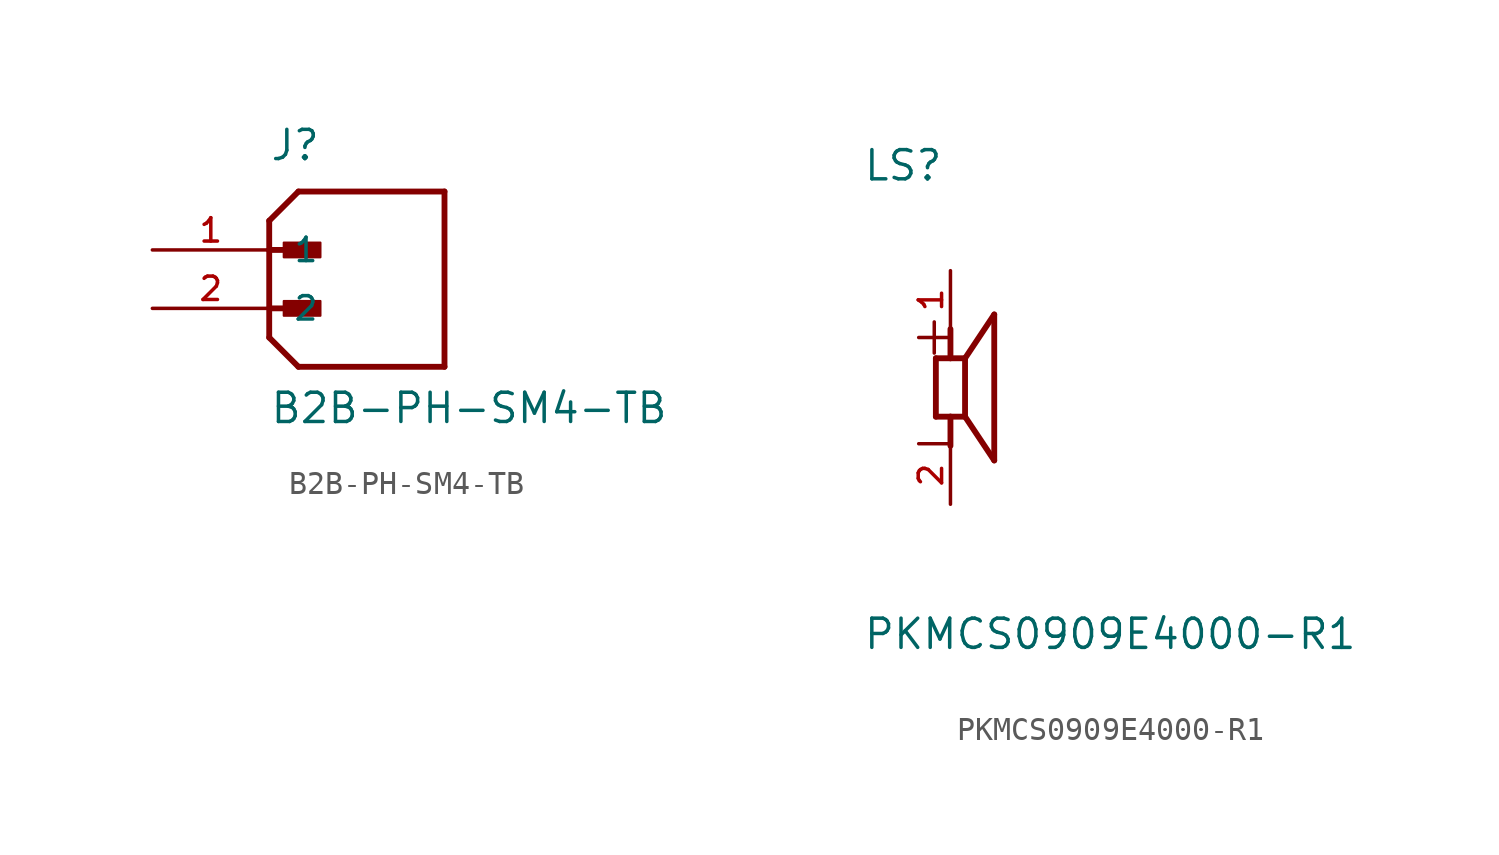
<source format=kicad_sym>
(kicad_symbol_lib
  (version 20220914)
  (generator kicad_symbol_editor)
  (symbol "B2B-PH-SM4-TB"
    (pin_names
      (offset 1.016))
    (property "Reference" "J"
      (at 0 6.35 0)
      (effects (font (size 1.27 1.27)) (justify left bottom)))
    (property "Value" "B2B-PH-SM4-TB"
      (at 0 -5.08 0)
      (effects (font (size 1.27 1.27)) (justify left bottom)))
    (symbol "B2B-PH-SM4-TB_0_0"
      (polyline (pts (xy 0 -1.27) (xy 1.27 -2.54)) (stroke (width 0.254) (type default)) (fill (type none)))
      (polyline (pts (xy 0 0) (xy 1.905 0)) (stroke (width 0.254) (type default)) (fill (type none)))
      (polyline (pts (xy 0 2.54) (xy 0 -1.27)) (stroke (width 0.254) (type default)) (fill (type none)))
      (polyline (pts (xy 0 2.54) (xy 1.905 2.54)) (stroke (width 0.254) (type default)) (fill (type none)))
      (polyline (pts (xy 0 3.81) (xy 0 2.54)) (stroke (width 0.254) (type default)) (fill (type none)))
      (polyline (pts (xy 0 3.81) (xy 1.27 5.08)) (stroke (width 0.254) (type default)) (fill (type none)))
      (polyline (pts (xy 1.27 -2.54) (xy 7.62 -2.54)) (stroke (width 0.254) (type default)) (fill (type none)))
      (polyline (pts (xy 7.62 -2.54) (xy 7.62 5.08)) (stroke (width 0.254) (type default)) (fill (type none)))
      (polyline (pts (xy 7.62 5.08) (xy 1.27 5.08)) (stroke (width 0.254) (type default)) (fill (type none)))
      (rectangle (start 0.635 -0.318) (end 2.223 0.318) (stroke (width 0.1) (type default)) (fill (type outline)))
      (rectangle (start 0.635 2.223) (end 2.223 2.857) (stroke (width 0.1) (type default)) (fill (type outline)))
      (pin passive line (at -5.08 2.54 0) (length 5.08) (name "1" (effects (font (size 1.016 1.016)))) (number "1" (effects (font (size 1.016 1.016)))))
      (pin passive line (at -5.08 0 0) (length 5.08) (name "2" (effects (font (size 1.016 1.016)))) (number "2" (effects (font (size 1.016 1.016)))))))
  (symbol "PKMCS0909E4000-R1"
    (pin_names
      (offset 1.016))
    (property "Reference" "LS"
      (at -3.82 8.913 0)
      (effects (font (size 1.27 1.27)) (justify left bottom)))
    (property "Value" "PKMCS0909E4000-R1"
      (at -3.823 -11.469 0)
      (effects (font (size 1.27 1.27)) (justify left bottom)))
    (symbol "PKMCS0909E4000-R1_0_0"
      (polyline (pts (xy -0.635 -1.27) (xy -0.635 1.27)) (stroke (width 0.254) (type default)) (fill (type none)))
      (polyline (pts (xy -0.635 1.27) (xy 0 1.27)) (stroke (width 0.254) (type default)) (fill (type none)))
      (polyline (pts (xy 0 -1.27) (xy -0.635 -1.27)) (stroke (width 0.254) (type default)) (fill (type none)))
      (polyline (pts (xy 0 -1.27) (xy 0 -2.54)) (stroke (width 0.254) (type default)) (fill (type none)))
      (polyline (pts (xy 0 1.27) (xy 0 2.54)) (stroke (width 0.254) (type default)) (fill (type none)))
      (polyline (pts (xy 0 1.27) (xy 0.635 1.27)) (stroke (width 0.254) (type default)) (fill (type none)))
      (polyline (pts (xy 0.635 -1.27) (xy 0 -1.27)) (stroke (width 0.254) (type default)) (fill (type none)))
      (polyline (pts (xy 0.635 1.27) (xy 0.635 -1.27)) (stroke (width 0.254) (type default)) (fill (type none)))
      (polyline (pts (xy 0.635 1.27) (xy 1.905 3.175)) (stroke (width 0.254) (type default)) (fill (type none)))
      (polyline (pts (xy 1.905 -3.175) (xy 0.635 -1.27)) (stroke (width 0.254) (type default)) (fill (type none)))
      (polyline (pts (xy 1.905 3.175) (xy 1.905 -3.175)) (stroke (width 0.254) (type default)) (fill (type none)))
      (text "+" (at -1.905 1.27 0) (effects (font (size 1.778 1.778)) (justify left bottom)))
      (text "-" (at -1.905 -1.27 0) (effects (font (size 1.778 1.778)) (justify left top)))
      (pin passive line (at 0 5.08 270) (length 2.54) (name "~" (effects (font (size 1.016 1.016)))) (number "1" (effects (font (size 1.016 1.016)))))
      (pin passive line (at 0 -5.08 90) (length 2.54) (name "~" (effects (font (size 1.016 1.016)))) (number "2" (effects (font (size 1.016 1.016))))))))
</source>
